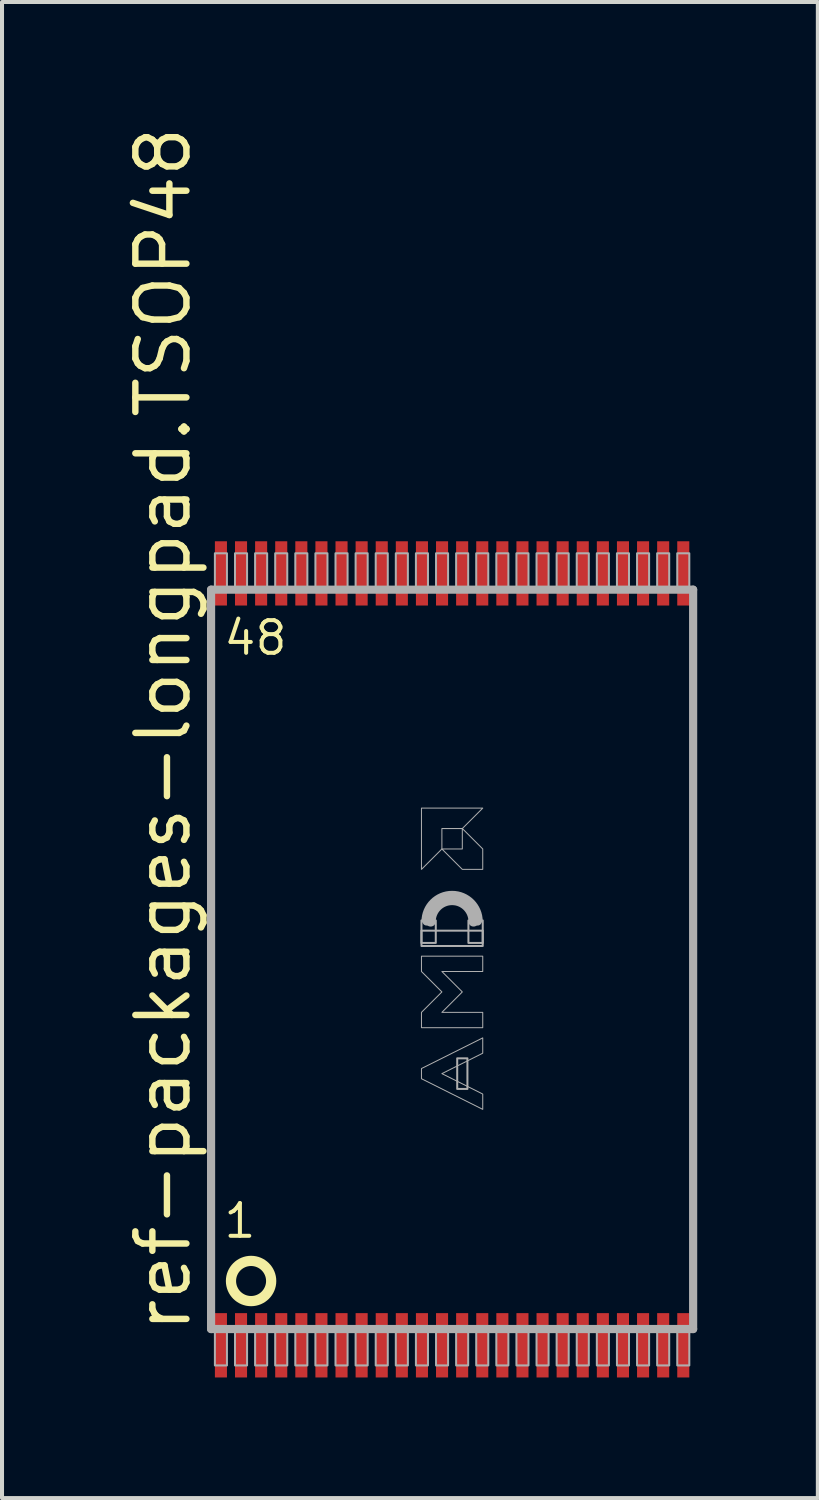
<source format=kicad_pcb>
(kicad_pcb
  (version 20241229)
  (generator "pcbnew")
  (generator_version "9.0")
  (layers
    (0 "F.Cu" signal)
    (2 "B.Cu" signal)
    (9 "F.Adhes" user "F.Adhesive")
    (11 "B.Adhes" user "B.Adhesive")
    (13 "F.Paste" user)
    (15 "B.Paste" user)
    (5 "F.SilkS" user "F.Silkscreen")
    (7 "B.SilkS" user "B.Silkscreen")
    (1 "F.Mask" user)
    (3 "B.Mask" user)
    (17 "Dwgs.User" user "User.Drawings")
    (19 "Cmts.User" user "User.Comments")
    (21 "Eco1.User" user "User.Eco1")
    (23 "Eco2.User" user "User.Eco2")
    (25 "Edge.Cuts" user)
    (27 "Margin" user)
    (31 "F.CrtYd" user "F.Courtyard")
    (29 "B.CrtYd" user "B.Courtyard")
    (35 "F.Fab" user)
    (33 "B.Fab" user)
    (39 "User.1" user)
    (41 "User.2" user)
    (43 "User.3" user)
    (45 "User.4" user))
  (footprint "ref-packages-longpad.TSOP48"
    (layer "F.Cu")
    (at 8.195 20.812)
    (property "Reference" "ref-packages-longpad.TSOP48" (at -6.445 9.35 90) (layer "F.SilkS") (effects (font (size 1.27 1.27) (thickness 0.16)) (justify left bottom)))
    (attr smd)
    (fp_circle (center -5 8) (end -4.5 8) (stroke (width 0.254) (type default)) (fill no) (layer "F.SilkS"))
    (fp_line (start -5.995 -9.195) (end 5.995 -9.195) (stroke (width 0.203) (type default)) (layer "F.Fab"))
    (fp_line (start -5.995 9.195) (end -5.995 -9.195) (stroke (width 0.203) (type default)) (layer "F.Fab"))
    (fp_line (start 5.995 -9.195) (end 5.995 9.195) (stroke (width 0.203) (type default)) (layer "F.Fab"))
    (fp_line (start 5.995 9.195) (end -5.995 9.195) (stroke (width 0.203) (type default)) (layer "F.Fab"))
    (fp_rect (start -5.9 -9.25) (end -5.6 -10.1) (stroke (width 0.05) (type default)) (fill no) (layer "F.Fab"))
    (fp_rect (start -5.9 10.1) (end -5.6 9.25) (stroke (width 0.05) (type default)) (fill no) (layer "F.Fab"))
    (fp_rect (start -5.4 -9.25) (end -5.1 -10.1) (stroke (width 0.05) (type default)) (fill no) (layer "F.Fab"))
    (fp_rect (start -5.4 10.1) (end -5.1 9.25) (stroke (width 0.05) (type default)) (fill no) (layer "F.Fab"))
    (fp_rect (start -4.9 -9.25) (end -4.6 -10.1) (stroke (width 0.05) (type default)) (fill no) (layer "F.Fab"))
    (fp_rect (start -4.9 10.1) (end -4.6 9.25) (stroke (width 0.05) (type default)) (fill no) (layer "F.Fab"))
    (fp_rect (start -4.4 -9.25) (end -4.1 -10.1) (stroke (width 0.05) (type default)) (fill no) (layer "F.Fab"))
    (fp_rect (start -4.4 10.1) (end -4.1 9.25) (stroke (width 0.05) (type default)) (fill no) (layer "F.Fab"))
    (fp_rect (start -3.9 -9.25) (end -3.6 -10.1) (stroke (width 0.05) (type default)) (fill no) (layer "F.Fab"))
    (fp_rect (start -3.9 10.1) (end -3.6 9.25) (stroke (width 0.05) (type default)) (fill no) (layer "F.Fab"))
    (fp_rect (start -3.4 -9.25) (end -3.1 -10.1) (stroke (width 0.05) (type default)) (fill no) (layer "F.Fab"))
    (fp_rect (start -3.4 10.1) (end -3.1 9.25) (stroke (width 0.05) (type default)) (fill no) (layer "F.Fab"))
    (fp_rect (start -2.9 -9.25) (end -2.6 -10.1) (stroke (width 0.05) (type default)) (fill no) (layer "F.Fab"))
    (fp_rect (start -2.9 10.1) (end -2.6 9.25) (stroke (width 0.05) (type default)) (fill no) (layer "F.Fab"))
    (fp_rect (start -2.4 -9.25) (end -2.1 -10.1) (stroke (width 0.05) (type default)) (fill no) (layer "F.Fab"))
    (fp_rect (start -2.4 10.1) (end -2.1 9.25) (stroke (width 0.05) (type default)) (fill no) (layer "F.Fab"))
    (fp_rect (start -1.9 -9.25) (end -1.6 -10.1) (stroke (width 0.05) (type default)) (fill no) (layer "F.Fab"))
    (fp_rect (start -1.9 10.1) (end -1.6 9.25) (stroke (width 0.05) (type default)) (fill no) (layer "F.Fab"))
    (fp_rect (start -1.4 -9.25) (end -1.1 -10.1) (stroke (width 0.05) (type default)) (fill no) (layer "F.Fab"))
    (fp_rect (start -1.4 10.1) (end -1.1 9.25) (stroke (width 0.05) (type default)) (fill no) (layer "F.Fab"))
    (fp_rect (start -0.9 -9.25) (end -0.6 -10.1) (stroke (width 0.05) (type default)) (fill no) (layer "F.Fab"))
    (fp_rect (start -0.9 10.1) (end -0.6 9.25) (stroke (width 0.05) (type default)) (fill no) (layer "F.Fab"))
    (fp_rect (start -0.762 -0.409) (end -0.406 -0.968) (stroke (width 0.05) (type default)) (fill no) (layer "F.Fab"))
    (fp_rect (start -0.762 -0.333) (end 0.762 -0.714) (stroke (width 0.05) (type default)) (fill no) (layer "F.Fab"))
    (fp_rect (start -0.4 -9.25) (end -0.1 -10.1) (stroke (width 0.05) (type default)) (fill no) (layer "F.Fab"))
    (fp_rect (start -0.4 10.1) (end -0.1 9.25) (stroke (width 0.05) (type default)) (fill no) (layer "F.Fab"))
    (fp_rect (start 0.1 -9.25) (end 0.4 -10.1) (stroke (width 0.05) (type default)) (fill no) (layer "F.Fab"))
    (fp_rect (start 0.1 10.1) (end 0.4 9.25) (stroke (width 0.05) (type default)) (fill no) (layer "F.Fab"))
    (fp_rect (start 0.127 3.223) (end 0.381 2.461) (stroke (width 0.05) (type default)) (fill no) (layer "F.Fab"))
    (fp_rect (start 0.406 -0.409) (end 0.762 -0.968) (stroke (width 0.05) (type default)) (fill no) (layer "F.Fab"))
    (fp_rect (start 0.6 -9.25) (end 0.9 -10.1) (stroke (width 0.05) (type default)) (fill no) (layer "F.Fab"))
    (fp_rect (start 0.6 10.1) (end 0.9 9.25) (stroke (width 0.05) (type default)) (fill no) (layer "F.Fab"))
    (fp_rect (start 1.1 -9.25) (end 1.4 -10.1) (stroke (width 0.05) (type default)) (fill no) (layer "F.Fab"))
    (fp_rect (start 1.1 10.1) (end 1.4 9.25) (stroke (width 0.05) (type default)) (fill no) (layer "F.Fab"))
    (fp_rect (start 1.6 -9.25) (end 1.9 -10.1) (stroke (width 0.05) (type default)) (fill no) (layer "F.Fab"))
    (fp_rect (start 1.6 10.1) (end 1.9 9.25) (stroke (width 0.05) (type default)) (fill no) (layer "F.Fab"))
    (fp_rect (start 2.1 -9.25) (end 2.4 -10.1) (stroke (width 0.05) (type default)) (fill no) (layer "F.Fab"))
    (fp_rect (start 2.1 10.1) (end 2.4 9.25) (stroke (width 0.05) (type default)) (fill no) (layer "F.Fab"))
    (fp_rect (start 2.6 -9.25) (end 2.9 -10.1) (stroke (width 0.05) (type default)) (fill no) (layer "F.Fab"))
    (fp_rect (start 2.6 10.1) (end 2.9 9.25) (stroke (width 0.05) (type default)) (fill no) (layer "F.Fab"))
    (fp_rect (start 3.1 -9.25) (end 3.4 -10.1) (stroke (width 0.05) (type default)) (fill no) (layer "F.Fab"))
    (fp_rect (start 3.1 10.1) (end 3.4 9.25) (stroke (width 0.05) (type default)) (fill no) (layer "F.Fab"))
    (fp_rect (start 3.6 -9.25) (end 3.9 -10.1) (stroke (width 0.05) (type default)) (fill no) (layer "F.Fab"))
    (fp_rect (start 3.6 10.1) (end 3.9 9.25) (stroke (width 0.05) (type default)) (fill no) (layer "F.Fab"))
    (fp_rect (start 4.1 -9.25) (end 4.4 -10.1) (stroke (width 0.05) (type default)) (fill no) (layer "F.Fab"))
    (fp_rect (start 4.1 10.1) (end 4.4 9.25) (stroke (width 0.05) (type default)) (fill no) (layer "F.Fab"))
    (fp_rect (start 4.6 -9.25) (end 4.9 -10.1) (stroke (width 0.05) (type default)) (fill no) (layer "F.Fab"))
    (fp_rect (start 4.6 10.1) (end 4.9 9.25) (stroke (width 0.05) (type default)) (fill no) (layer "F.Fab"))
    (fp_rect (start 5.1 -9.25) (end 5.4 -10.1) (stroke (width 0.05) (type default)) (fill no) (layer "F.Fab"))
    (fp_rect (start 5.1 10.1) (end 5.4 9.25) (stroke (width 0.05) (type default)) (fill no) (layer "F.Fab"))
    (fp_rect (start 5.6 -9.25) (end 5.9 -10.1) (stroke (width 0.05) (type default)) (fill no) (layer "F.Fab"))
    (fp_rect (start 5.6 10.1) (end 5.9 9.25) (stroke (width 0.05) (type default)) (fill no) (layer "F.Fab"))
    (fp_arc (start -0.7366 -0.9426) (mid 0 -1.6792) (end 0.7366 -0.9426) (stroke (width 0.0508) (type default)) (layer "F.Fab"))
    (fp_arc (start -0.635 -0.9426) (mid 0 -1.5776) (end 0.635 -0.9426) (stroke (width 0.2032) (type default)) (layer "F.Fab"))
    (fp_arc (start -0.5334 -0.9426) (mid 0 -1.476) (end 0.5334 -0.9426) (stroke (width 0.254) (type default)) (layer "F.Fab"))
    (fp_poly (pts (xy -0.762 -2.238) (xy -0.762 -3.762) (xy 0.762 -3.762) (xy 0.254 -3.254) (xy -0.254 -3.254) (xy -0.254 -2.746)) (stroke (width 0.025) (type default)) (fill no) (layer "F.Fab"))
    (fp_poly (pts (xy -0.254 -2.746) (xy 0.254 -2.238) (xy 0.762 -2.238) (xy 0.762 -2.746) (xy 0.254 -3.254) (xy 0.254 -2.746)) (stroke (width 0.025) (type default)) (fill no) (layer "F.Fab"))
    (fp_poly (pts (xy 0.762 3.731) (xy -0.762 2.969) (xy -0.762 2.715) (xy 0.762 1.953) (xy 0.762 2.334) (xy -0.254 2.842) (xy 0.762 3.35)) (stroke (width 0.025) (type default)) (fill no) (layer "F.Fab"))
    (fp_poly (pts (xy 0.762 1.699) (xy -0.762 1.699) (xy -0.762 1.318) (xy -0.254 0.81) (xy -0.762 0.302) (xy -0.762 -0.079) (xy 0.762 -0.079) (xy 0.762 0.302) (xy -0.254 0.302) (xy 0.254 0.81) (xy -0.254 1.318) (xy 0.762 1.318)) (stroke (width 0.025) (type default)) (fill no) (layer "F.Fab"))
    (fp_text user "1" (at -5.731 6.98 0) (layer "F.SilkS") (effects (font (size 0.813 0.813) (thickness 0.1)) (justify left bottom)))
    (fp_text user "48" (at -5.731 -7.52 0) (layer "F.SilkS") (effects (font (size 0.813 0.813) (thickness 0.1)) (justify left bottom)))
    (pad "1" smd roundrect (at -5.75 9.6) (size 0.3 1.6) (layers "F.Cu" "F.Mask" "F.Paste") (roundrect_rratio 0.01))
    (pad "2" smd roundrect (at -5.25 9.6) (size 0.3 1.6) (layers "F.Cu" "F.Mask" "F.Paste") (roundrect_rratio 0.01))
    (pad "3" smd roundrect (at -4.75 9.6) (size 0.3 1.6) (layers "F.Cu" "F.Mask" "F.Paste") (roundrect_rratio 0.01))
    (pad "4" smd roundrect (at -4.25 9.6) (size 0.3 1.6) (layers "F.Cu" "F.Mask" "F.Paste") (roundrect_rratio 0.01))
    (pad "5" smd roundrect (at -3.75 9.6) (size 0.3 1.6) (layers "F.Cu" "F.Mask" "F.Paste") (roundrect_rratio 0.01))
    (pad "6" smd roundrect (at -3.25 9.6) (size 0.3 1.6) (layers "F.Cu" "F.Mask" "F.Paste") (roundrect_rratio 0.01))
    (pad "7" smd roundrect (at -2.75 9.6) (size 0.3 1.6) (layers "F.Cu" "F.Mask" "F.Paste") (roundrect_rratio 0.01))
    (pad "8" smd roundrect (at -2.25 9.6) (size 0.3 1.6) (layers "F.Cu" "F.Mask" "F.Paste") (roundrect_rratio 0.01))
    (pad "9" smd roundrect (at -1.75 9.6) (size 0.3 1.6) (layers "F.Cu" "F.Mask" "F.Paste") (roundrect_rratio 0.01))
    (pad "10" smd roundrect (at -1.25 9.6) (size 0.3 1.6) (layers "F.Cu" "F.Mask" "F.Paste") (roundrect_rratio 0.01))
    (pad "11" smd roundrect (at -0.75 9.6) (size 0.3 1.6) (layers "F.Cu" "F.Mask" "F.Paste") (roundrect_rratio 0.01))
    (pad "12" smd roundrect (at -0.25 9.6) (size 0.3 1.6) (layers "F.Cu" "F.Mask" "F.Paste") (roundrect_rratio 0.01))
    (pad "13" smd roundrect (at 0.25 9.6) (size 0.3 1.6) (layers "F.Cu" "F.Mask" "F.Paste") (roundrect_rratio 0.01))
    (pad "14" smd roundrect (at 0.75 9.6) (size 0.3 1.6) (layers "F.Cu" "F.Mask" "F.Paste") (roundrect_rratio 0.01))
    (pad "15" smd roundrect (at 1.25 9.6) (size 0.3 1.6) (layers "F.Cu" "F.Mask" "F.Paste") (roundrect_rratio 0.01))
    (pad "16" smd roundrect (at 1.75 9.6) (size 0.3 1.6) (layers "F.Cu" "F.Mask" "F.Paste") (roundrect_rratio 0.01))
    (pad "17" smd roundrect (at 2.25 9.6) (size 0.3 1.6) (layers "F.Cu" "F.Mask" "F.Paste") (roundrect_rratio 0.01))
    (pad "18" smd roundrect (at 2.75 9.6) (size 0.3 1.6) (layers "F.Cu" "F.Mask" "F.Paste") (roundrect_rratio 0.01))
    (pad "19" smd roundrect (at 3.25 9.6) (size 0.3 1.6) (layers "F.Cu" "F.Mask" "F.Paste") (roundrect_rratio 0.01))
    (pad "20" smd roundrect (at 3.75 9.6) (size 0.3 1.6) (layers "F.Cu" "F.Mask" "F.Paste") (roundrect_rratio 0.01))
    (pad "21" smd roundrect (at 4.25 9.6) (size 0.3 1.6) (layers "F.Cu" "F.Mask" "F.Paste") (roundrect_rratio 0.01))
    (pad "22" smd roundrect (at 4.75 9.6) (size 0.3 1.6) (layers "F.Cu" "F.Mask" "F.Paste") (roundrect_rratio 0.01))
    (pad "23" smd roundrect (at 5.25 9.6) (size 0.3 1.6) (layers "F.Cu" "F.Mask" "F.Paste") (roundrect_rratio 0.01))
    (pad "24" smd roundrect (at 5.75 9.6) (size 0.3 1.6) (layers "F.Cu" "F.Mask" "F.Paste") (roundrect_rratio 0.01))
    (pad "25" smd roundrect (at 5.75 -9.6) (size 0.3 1.6) (layers "F.Cu" "F.Mask" "F.Paste") (roundrect_rratio 0.01))
    (pad "26" smd roundrect (at 5.25 -9.6) (size 0.3 1.6) (layers "F.Cu" "F.Mask" "F.Paste") (roundrect_rratio 0.01))
    (pad "27" smd roundrect (at 4.75 -9.6) (size 0.3 1.6) (layers "F.Cu" "F.Mask" "F.Paste") (roundrect_rratio 0.01))
    (pad "28" smd roundrect (at 4.25 -9.6) (size 0.3 1.6) (layers "F.Cu" "F.Mask" "F.Paste") (roundrect_rratio 0.01))
    (pad "29" smd roundrect (at 3.75 -9.6) (size 0.3 1.6) (layers "F.Cu" "F.Mask" "F.Paste") (roundrect_rratio 0.01))
    (pad "30" smd roundrect (at 3.25 -9.6) (size 0.3 1.6) (layers "F.Cu" "F.Mask" "F.Paste") (roundrect_rratio 0.01))
    (pad "31" smd roundrect (at 2.75 -9.6) (size 0.3 1.6) (layers "F.Cu" "F.Mask" "F.Paste") (roundrect_rratio 0.01))
    (pad "32" smd roundrect (at 2.25 -9.6) (size 0.3 1.6) (layers "F.Cu" "F.Mask" "F.Paste") (roundrect_rratio 0.01))
    (pad "33" smd roundrect (at 1.75 -9.6) (size 0.3 1.6) (layers "F.Cu" "F.Mask" "F.Paste") (roundrect_rratio 0.01))
    (pad "34" smd roundrect (at 1.25 -9.6) (size 0.3 1.6) (layers "F.Cu" "F.Mask" "F.Paste") (roundrect_rratio 0.01))
    (pad "35" smd roundrect (at 0.75 -9.6) (size 0.3 1.6) (layers "F.Cu" "F.Mask" "F.Paste") (roundrect_rratio 0.01))
    (pad "36" smd roundrect (at 0.25 -9.6) (size 0.3 1.6) (layers "F.Cu" "F.Mask" "F.Paste") (roundrect_rratio 0.01))
    (pad "37" smd roundrect (at -0.25 -9.6) (size 0.3 1.6) (layers "F.Cu" "F.Mask" "F.Paste") (roundrect_rratio 0.01))
    (pad "38" smd roundrect (at -0.75 -9.6) (size 0.3 1.6) (layers "F.Cu" "F.Mask" "F.Paste") (roundrect_rratio 0.01))
    (pad "39" smd roundrect (at -1.25 -9.6) (size 0.3 1.6) (layers "F.Cu" "F.Mask" "F.Paste") (roundrect_rratio 0.01))
    (pad "40" smd roundrect (at -1.75 -9.6) (size 0.3 1.6) (layers "F.Cu" "F.Mask" "F.Paste") (roundrect_rratio 0.01))
    (pad "41" smd roundrect (at -2.25 -9.6) (size 0.3 1.6) (layers "F.Cu" "F.Mask" "F.Paste") (roundrect_rratio 0.01))
    (pad "42" smd roundrect (at -2.75 -9.6) (size 0.3 1.6) (layers "F.Cu" "F.Mask" "F.Paste") (roundrect_rratio 0.01))
    (pad "43" smd roundrect (at -3.25 -9.6) (size 0.3 1.6) (layers "F.Cu" "F.Mask" "F.Paste") (roundrect_rratio 0.01))
    (pad "44" smd roundrect (at -3.75 -9.6) (size 0.3 1.6) (layers "F.Cu" "F.Mask" "F.Paste") (roundrect_rratio 0.01))
    (pad "45" smd roundrect (at -4.25 -9.6) (size 0.3 1.6) (layers "F.Cu" "F.Mask" "F.Paste") (roundrect_rratio 0.01))
    (pad "46" smd roundrect (at -4.75 -9.6) (size 0.3 1.6) (layers "F.Cu" "F.Mask" "F.Paste") (roundrect_rratio 0.01))
    (pad "47" smd roundrect (at -5.25 -9.6) (size 0.3 1.6) (layers "F.Cu" "F.Mask" "F.Paste") (roundrect_rratio 0.01))
    (pad "48" smd roundrect (at -5.75 -9.6) (size 0.3 1.6) (layers "F.Cu" "F.Mask" "F.Paste") (roundrect_rratio 0.01)))
  (gr_rect
    (start -3 -3)
    (end 17.292 34.212)
    (stroke (width 0.1) (type default))
    (fill no)
    (layer "Edge.Cuts")))
</source>
